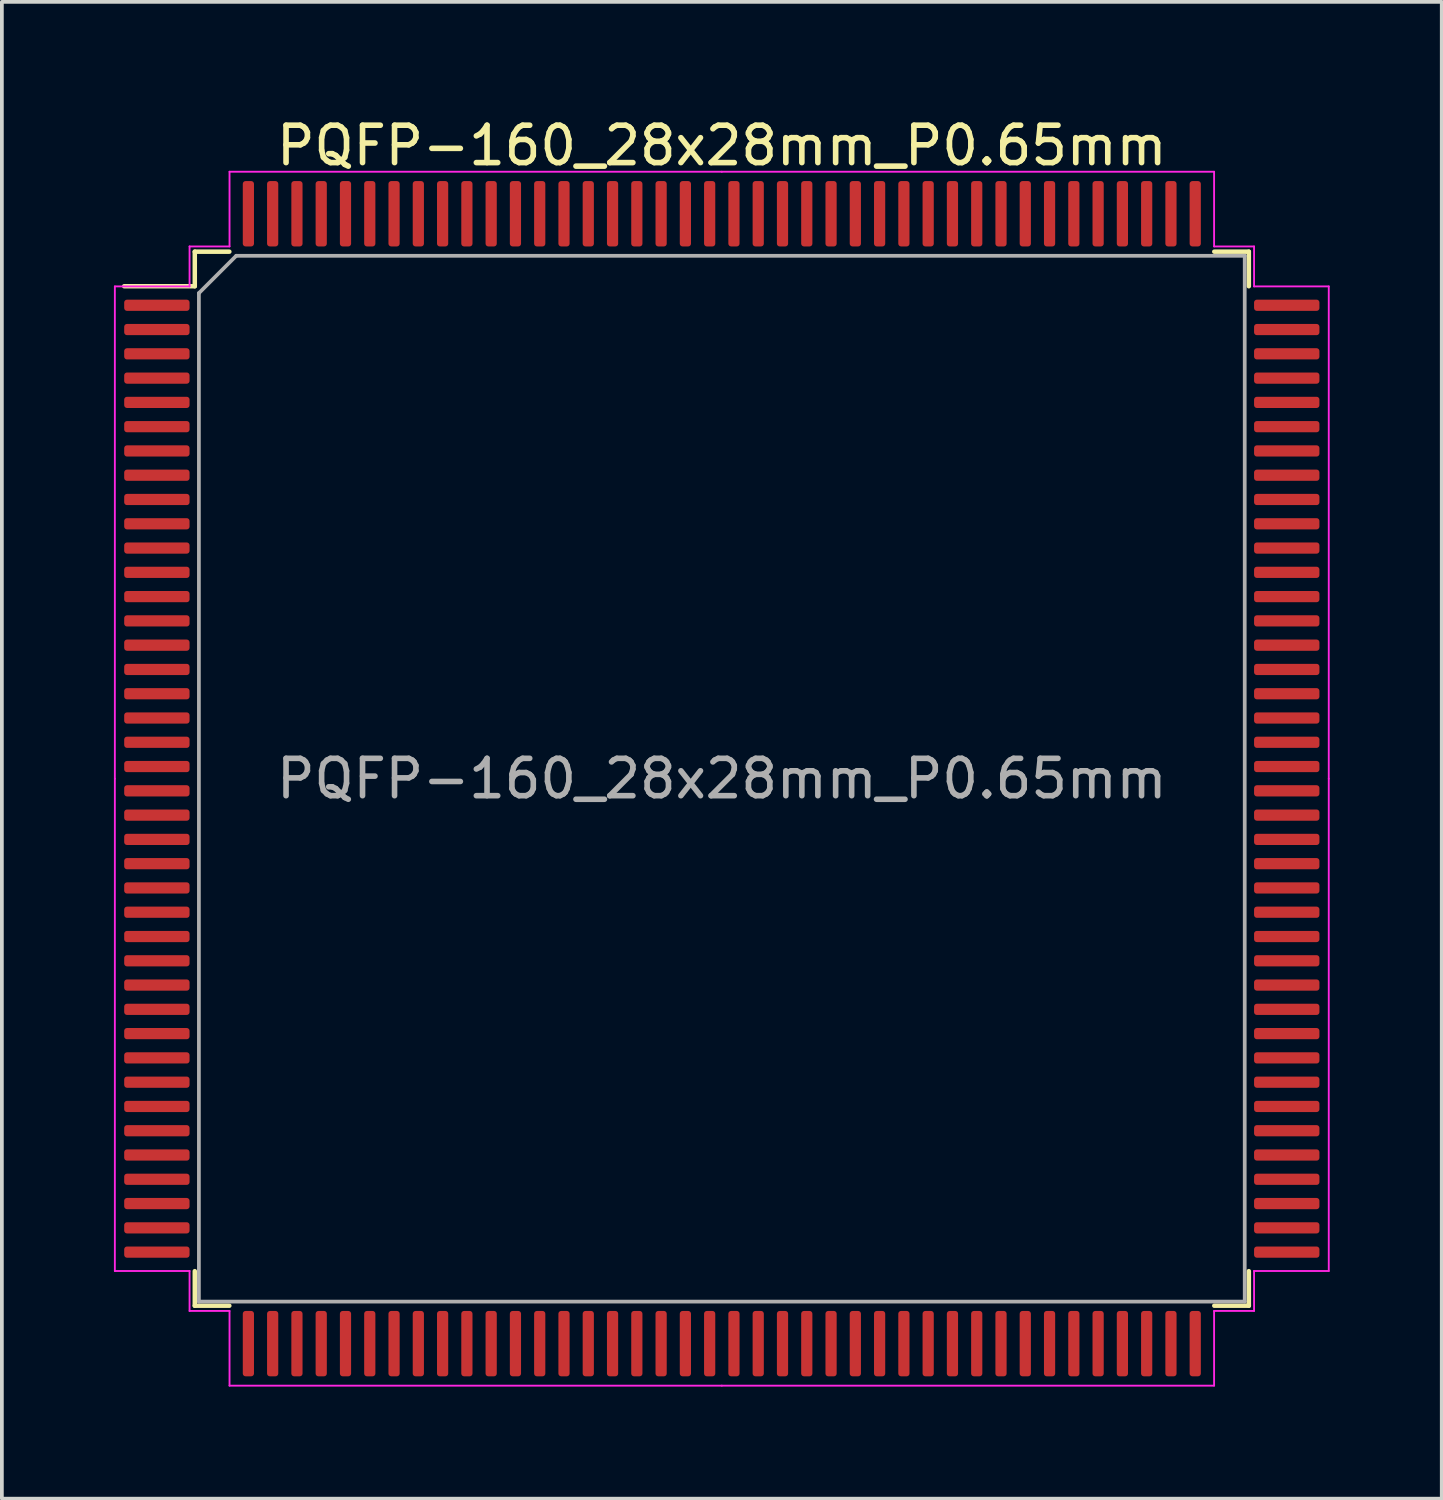
<source format=kicad_pcb>
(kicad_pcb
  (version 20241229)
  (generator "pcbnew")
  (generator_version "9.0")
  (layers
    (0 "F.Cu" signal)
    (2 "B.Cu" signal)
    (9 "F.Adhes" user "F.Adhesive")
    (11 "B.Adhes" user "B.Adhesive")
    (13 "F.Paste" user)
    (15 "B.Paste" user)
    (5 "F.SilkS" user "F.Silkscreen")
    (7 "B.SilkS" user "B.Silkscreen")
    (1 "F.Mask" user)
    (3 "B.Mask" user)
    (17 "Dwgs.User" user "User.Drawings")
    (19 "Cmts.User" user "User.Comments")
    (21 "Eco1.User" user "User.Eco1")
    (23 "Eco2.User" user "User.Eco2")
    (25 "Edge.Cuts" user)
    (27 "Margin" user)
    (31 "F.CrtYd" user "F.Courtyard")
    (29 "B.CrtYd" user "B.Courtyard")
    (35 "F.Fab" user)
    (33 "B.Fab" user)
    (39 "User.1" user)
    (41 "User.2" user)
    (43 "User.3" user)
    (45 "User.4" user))
  (footprint "PQFP-160_28x28mm_P0.65mm"
    (layer "F.Cu")
    (at 16.275 17.798)
    (property "Reference" "PQFP-160_28x28mm_P0.65mm" (at 0 -16.95 0) (layer "F.SilkS") (effects (font (size 1 1) (thickness 0.15))))
    (attr smd)
    (fp_line (start -14.11 -14.11) (end -14.11 -13.185) (stroke (width 0.12) (type solid)) (layer "F.SilkS"))
    (fp_line (start -14.11 -13.185) (end -16 -13.185) (stroke (width 0.12) (type solid)) (layer "F.SilkS"))
    (fp_line (start -14.11 14.11) (end -14.11 13.185) (stroke (width 0.12) (type solid)) (layer "F.SilkS"))
    (fp_line (start -13.185 -14.11) (end -14.11 -14.11) (stroke (width 0.12) (type solid)) (layer "F.SilkS"))
    (fp_line (start -13.185 14.11) (end -14.11 14.11) (stroke (width 0.12) (type solid)) (layer "F.SilkS"))
    (fp_line (start 13.185 -14.11) (end 14.11 -14.11) (stroke (width 0.12) (type solid)) (layer "F.SilkS"))
    (fp_line (start 13.185 14.11) (end 14.11 14.11) (stroke (width 0.12) (type solid)) (layer "F.SilkS"))
    (fp_line (start 14.11 -14.11) (end 14.11 -13.185) (stroke (width 0.12) (type solid)) (layer "F.SilkS"))
    (fp_line (start 14.11 14.11) (end 14.11 13.185) (stroke (width 0.12) (type solid)) (layer "F.SilkS"))
    (fp_line (start -16.25 -13.18) (end -16.25 0) (stroke (width 0.05) (type solid)) (layer "F.CrtYd"))
    (fp_line (start -16.25 13.18) (end -16.25 0) (stroke (width 0.05) (type solid)) (layer "F.CrtYd"))
    (fp_line (start -14.25 -14.25) (end -14.25 -13.18) (stroke (width 0.05) (type solid)) (layer "F.CrtYd"))
    (fp_line (start -14.25 -13.18) (end -16.25 -13.18) (stroke (width 0.05) (type solid)) (layer "F.CrtYd"))
    (fp_line (start -14.25 13.18) (end -16.25 13.18) (stroke (width 0.05) (type solid)) (layer "F.CrtYd"))
    (fp_line (start -14.25 14.25) (end -14.25 13.18) (stroke (width 0.05) (type solid)) (layer "F.CrtYd"))
    (fp_line (start -13.18 -16.25) (end -13.18 -14.25) (stroke (width 0.05) (type solid)) (layer "F.CrtYd"))
    (fp_line (start -13.18 -14.25) (end -14.25 -14.25) (stroke (width 0.05) (type solid)) (layer "F.CrtYd"))
    (fp_line (start -13.18 14.25) (end -14.25 14.25) (stroke (width 0.05) (type solid)) (layer "F.CrtYd"))
    (fp_line (start -13.18 16.25) (end -13.18 14.25) (stroke (width 0.05) (type solid)) (layer "F.CrtYd"))
    (fp_line (start 0 -16.25) (end -13.18 -16.25) (stroke (width 0.05) (type solid)) (layer "F.CrtYd"))
    (fp_line (start 0 -16.25) (end 13.18 -16.25) (stroke (width 0.05) (type solid)) (layer "F.CrtYd"))
    (fp_line (start 0 16.25) (end -13.18 16.25) (stroke (width 0.05) (type solid)) (layer "F.CrtYd"))
    (fp_line (start 0 16.25) (end 13.18 16.25) (stroke (width 0.05) (type solid)) (layer "F.CrtYd"))
    (fp_line (start 13.18 -16.25) (end 13.18 -14.25) (stroke (width 0.05) (type solid)) (layer "F.CrtYd"))
    (fp_line (start 13.18 -14.25) (end 14.25 -14.25) (stroke (width 0.05) (type solid)) (layer "F.CrtYd"))
    (fp_line (start 13.18 14.25) (end 14.25 14.25) (stroke (width 0.05) (type solid)) (layer "F.CrtYd"))
    (fp_line (start 13.18 16.25) (end 13.18 14.25) (stroke (width 0.05) (type solid)) (layer "F.CrtYd"))
    (fp_line (start 14.25 -14.25) (end 14.25 -13.18) (stroke (width 0.05) (type solid)) (layer "F.CrtYd"))
    (fp_line (start 14.25 -13.18) (end 16.25 -13.18) (stroke (width 0.05) (type solid)) (layer "F.CrtYd"))
    (fp_line (start 14.25 13.18) (end 16.25 13.18) (stroke (width 0.05) (type solid)) (layer "F.CrtYd"))
    (fp_line (start 14.25 14.25) (end 14.25 13.18) (stroke (width 0.05) (type solid)) (layer "F.CrtYd"))
    (fp_line (start 16.25 -13.18) (end 16.25 0) (stroke (width 0.05) (type solid)) (layer "F.CrtYd"))
    (fp_line (start 16.25 13.18) (end 16.25 0) (stroke (width 0.05) (type solid)) (layer "F.CrtYd"))
    (fp_line (start -14 -13) (end -13 -14) (stroke (width 0.1) (type solid)) (layer "F.Fab"))
    (fp_line (start -14 14) (end -14 -13) (stroke (width 0.1) (type solid)) (layer "F.Fab"))
    (fp_line (start -13 -14) (end 14 -14) (stroke (width 0.1) (type solid)) (layer "F.Fab"))
    (fp_line (start 14 -14) (end 14 14) (stroke (width 0.1) (type solid)) (layer "F.Fab"))
    (fp_line (start 14 14) (end -14 14) (stroke (width 0.1) (type solid)) (layer "F.Fab"))
    (fp_text user "${REFERENCE}" (at 0 0 0) (layer "F.Fab") (effects (font (size 1 1) (thickness 0.15))))
    (pad "1" smd roundrect (at -15.125 -12.675) (size 1.75 0.3) (layers "F.Cu" "F.Mask" "F.Paste") (roundrect_rratio 0.25))
    (pad "2" smd roundrect (at -15.125 -12.025) (size 1.75 0.3) (layers "F.Cu" "F.Mask" "F.Paste") (roundrect_rratio 0.25))
    (pad "3" smd roundrect (at -15.125 -11.375) (size 1.75 0.3) (layers "F.Cu" "F.Mask" "F.Paste") (roundrect_rratio 0.25))
    (pad "4" smd roundrect (at -15.125 -10.725) (size 1.75 0.3) (layers "F.Cu" "F.Mask" "F.Paste") (roundrect_rratio 0.25))
    (pad "5" smd roundrect (at -15.125 -10.075) (size 1.75 0.3) (layers "F.Cu" "F.Mask" "F.Paste") (roundrect_rratio 0.25))
    (pad "6" smd roundrect (at -15.125 -9.425) (size 1.75 0.3) (layers "F.Cu" "F.Mask" "F.Paste") (roundrect_rratio 0.25))
    (pad "7" smd roundrect (at -15.125 -8.775) (size 1.75 0.3) (layers "F.Cu" "F.Mask" "F.Paste") (roundrect_rratio 0.25))
    (pad "8" smd roundrect (at -15.125 -8.125) (size 1.75 0.3) (layers "F.Cu" "F.Mask" "F.Paste") (roundrect_rratio 0.25))
    (pad "9" smd roundrect (at -15.125 -7.475) (size 1.75 0.3) (layers "F.Cu" "F.Mask" "F.Paste") (roundrect_rratio 0.25))
    (pad "10" smd roundrect (at -15.125 -6.825) (size 1.75 0.3) (layers "F.Cu" "F.Mask" "F.Paste") (roundrect_rratio 0.25))
    (pad "11" smd roundrect (at -15.125 -6.175) (size 1.75 0.3) (layers "F.Cu" "F.Mask" "F.Paste") (roundrect_rratio 0.25))
    (pad "12" smd roundrect (at -15.125 -5.525) (size 1.75 0.3) (layers "F.Cu" "F.Mask" "F.Paste") (roundrect_rratio 0.25))
    (pad "13" smd roundrect (at -15.125 -4.875) (size 1.75 0.3) (layers "F.Cu" "F.Mask" "F.Paste") (roundrect_rratio 0.25))
    (pad "14" smd roundrect (at -15.125 -4.225) (size 1.75 0.3) (layers "F.Cu" "F.Mask" "F.Paste") (roundrect_rratio 0.25))
    (pad "15" smd roundrect (at -15.125 -3.575) (size 1.75 0.3) (layers "F.Cu" "F.Mask" "F.Paste") (roundrect_rratio 0.25))
    (pad "16" smd roundrect (at -15.125 -2.925) (size 1.75 0.3) (layers "F.Cu" "F.Mask" "F.Paste") (roundrect_rratio 0.25))
    (pad "17" smd roundrect (at -15.125 -2.275) (size 1.75 0.3) (layers "F.Cu" "F.Mask" "F.Paste") (roundrect_rratio 0.25))
    (pad "18" smd roundrect (at -15.125 -1.625) (size 1.75 0.3) (layers "F.Cu" "F.Mask" "F.Paste") (roundrect_rratio 0.25))
    (pad "19" smd roundrect (at -15.125 -0.975) (size 1.75 0.3) (layers "F.Cu" "F.Mask" "F.Paste") (roundrect_rratio 0.25))
    (pad "20" smd roundrect (at -15.125 -0.325) (size 1.75 0.3) (layers "F.Cu" "F.Mask" "F.Paste") (roundrect_rratio 0.25))
    (pad "21" smd roundrect (at -15.125 0.325) (size 1.75 0.3) (layers "F.Cu" "F.Mask" "F.Paste") (roundrect_rratio 0.25))
    (pad "22" smd roundrect (at -15.125 0.975) (size 1.75 0.3) (layers "F.Cu" "F.Mask" "F.Paste") (roundrect_rratio 0.25))
    (pad "23" smd roundrect (at -15.125 1.625) (size 1.75 0.3) (layers "F.Cu" "F.Mask" "F.Paste") (roundrect_rratio 0.25))
    (pad "24" smd roundrect (at -15.125 2.275) (size 1.75 0.3) (layers "F.Cu" "F.Mask" "F.Paste") (roundrect_rratio 0.25))
    (pad "25" smd roundrect (at -15.125 2.925) (size 1.75 0.3) (layers "F.Cu" "F.Mask" "F.Paste") (roundrect_rratio 0.25))
    (pad "26" smd roundrect (at -15.125 3.575) (size 1.75 0.3) (layers "F.Cu" "F.Mask" "F.Paste") (roundrect_rratio 0.25))
    (pad "27" smd roundrect (at -15.125 4.225) (size 1.75 0.3) (layers "F.Cu" "F.Mask" "F.Paste") (roundrect_rratio 0.25))
    (pad "28" smd roundrect (at -15.125 4.875) (size 1.75 0.3) (layers "F.Cu" "F.Mask" "F.Paste") (roundrect_rratio 0.25))
    (pad "29" smd roundrect (at -15.125 5.525) (size 1.75 0.3) (layers "F.Cu" "F.Mask" "F.Paste") (roundrect_rratio 0.25))
    (pad "30" smd roundrect (at -15.125 6.175) (size 1.75 0.3) (layers "F.Cu" "F.Mask" "F.Paste") (roundrect_rratio 0.25))
    (pad "31" smd roundrect (at -15.125 6.825) (size 1.75 0.3) (layers "F.Cu" "F.Mask" "F.Paste") (roundrect_rratio 0.25))
    (pad "32" smd roundrect (at -15.125 7.475) (size 1.75 0.3) (layers "F.Cu" "F.Mask" "F.Paste") (roundrect_rratio 0.25))
    (pad "33" smd roundrect (at -15.125 8.125) (size 1.75 0.3) (layers "F.Cu" "F.Mask" "F.Paste") (roundrect_rratio 0.25))
    (pad "34" smd roundrect (at -15.125 8.775) (size 1.75 0.3) (layers "F.Cu" "F.Mask" "F.Paste") (roundrect_rratio 0.25))
    (pad "35" smd roundrect (at -15.125 9.425) (size 1.75 0.3) (layers "F.Cu" "F.Mask" "F.Paste") (roundrect_rratio 0.25))
    (pad "36" smd roundrect (at -15.125 10.075) (size 1.75 0.3) (layers "F.Cu" "F.Mask" "F.Paste") (roundrect_rratio 0.25))
    (pad "37" smd roundrect (at -15.125 10.725) (size 1.75 0.3) (layers "F.Cu" "F.Mask" "F.Paste") (roundrect_rratio 0.25))
    (pad "38" smd roundrect (at -15.125 11.375) (size 1.75 0.3) (layers "F.Cu" "F.Mask" "F.Paste") (roundrect_rratio 0.25))
    (pad "39" smd roundrect (at -15.125 12.025) (size 1.75 0.3) (layers "F.Cu" "F.Mask" "F.Paste") (roundrect_rratio 0.25))
    (pad "40" smd roundrect (at -15.125 12.675) (size 1.75 0.3) (layers "F.Cu" "F.Mask" "F.Paste") (roundrect_rratio 0.25))
    (pad "41" smd roundrect (at -12.675 15.125) (size 0.3 1.75) (layers "F.Cu" "F.Mask" "F.Paste") (roundrect_rratio 0.25))
    (pad "42" smd roundrect (at -12.025 15.125) (size 0.3 1.75) (layers "F.Cu" "F.Mask" "F.Paste") (roundrect_rratio 0.25))
    (pad "43" smd roundrect (at -11.375 15.125) (size 0.3 1.75) (layers "F.Cu" "F.Mask" "F.Paste") (roundrect_rratio 0.25))
    (pad "44" smd roundrect (at -10.725 15.125) (size 0.3 1.75) (layers "F.Cu" "F.Mask" "F.Paste") (roundrect_rratio 0.25))
    (pad "45" smd roundrect (at -10.075 15.125) (size 0.3 1.75) (layers "F.Cu" "F.Mask" "F.Paste") (roundrect_rratio 0.25))
    (pad "46" smd roundrect (at -9.425 15.125) (size 0.3 1.75) (layers "F.Cu" "F.Mask" "F.Paste") (roundrect_rratio 0.25))
    (pad "47" smd roundrect (at -8.775 15.125) (size 0.3 1.75) (layers "F.Cu" "F.Mask" "F.Paste") (roundrect_rratio 0.25))
    (pad "48" smd roundrect (at -8.125 15.125) (size 0.3 1.75) (layers "F.Cu" "F.Mask" "F.Paste") (roundrect_rratio 0.25))
    (pad "49" smd roundrect (at -7.475 15.125) (size 0.3 1.75) (layers "F.Cu" "F.Mask" "F.Paste") (roundrect_rratio 0.25))
    (pad "50" smd roundrect (at -6.825 15.125) (size 0.3 1.75) (layers "F.Cu" "F.Mask" "F.Paste") (roundrect_rratio 0.25))
    (pad "51" smd roundrect (at -6.175 15.125) (size 0.3 1.75) (layers "F.Cu" "F.Mask" "F.Paste") (roundrect_rratio 0.25))
    (pad "52" smd roundrect (at -5.525 15.125) (size 0.3 1.75) (layers "F.Cu" "F.Mask" "F.Paste") (roundrect_rratio 0.25))
    (pad "53" smd roundrect (at -4.875 15.125) (size 0.3 1.75) (layers "F.Cu" "F.Mask" "F.Paste") (roundrect_rratio 0.25))
    (pad "54" smd roundrect (at -4.225 15.125) (size 0.3 1.75) (layers "F.Cu" "F.Mask" "F.Paste") (roundrect_rratio 0.25))
    (pad "55" smd roundrect (at -3.575 15.125) (size 0.3 1.75) (layers "F.Cu" "F.Mask" "F.Paste") (roundrect_rratio 0.25))
    (pad "56" smd roundrect (at -2.925 15.125) (size 0.3 1.75) (layers "F.Cu" "F.Mask" "F.Paste") (roundrect_rratio 0.25))
    (pad "57" smd roundrect (at -2.275 15.125) (size 0.3 1.75) (layers "F.Cu" "F.Mask" "F.Paste") (roundrect_rratio 0.25))
    (pad "58" smd roundrect (at -1.625 15.125) (size 0.3 1.75) (layers "F.Cu" "F.Mask" "F.Paste") (roundrect_rratio 0.25))
    (pad "59" smd roundrect (at -0.975 15.125) (size 0.3 1.75) (layers "F.Cu" "F.Mask" "F.Paste") (roundrect_rratio 0.25))
    (pad "60" smd roundrect (at -0.325 15.125) (size 0.3 1.75) (layers "F.Cu" "F.Mask" "F.Paste") (roundrect_rratio 0.25))
    (pad "61" smd roundrect (at 0.325 15.125) (size 0.3 1.75) (layers "F.Cu" "F.Mask" "F.Paste") (roundrect_rratio 0.25))
    (pad "62" smd roundrect (at 0.975 15.125) (size 0.3 1.75) (layers "F.Cu" "F.Mask" "F.Paste") (roundrect_rratio 0.25))
    (pad "63" smd roundrect (at 1.625 15.125) (size 0.3 1.75) (layers "F.Cu" "F.Mask" "F.Paste") (roundrect_rratio 0.25))
    (pad "64" smd roundrect (at 2.275 15.125) (size 0.3 1.75) (layers "F.Cu" "F.Mask" "F.Paste") (roundrect_rratio 0.25))
    (pad "65" smd roundrect (at 2.925 15.125) (size 0.3 1.75) (layers "F.Cu" "F.Mask" "F.Paste") (roundrect_rratio 0.25))
    (pad "66" smd roundrect (at 3.575 15.125) (size 0.3 1.75) (layers "F.Cu" "F.Mask" "F.Paste") (roundrect_rratio 0.25))
    (pad "67" smd roundrect (at 4.225 15.125) (size 0.3 1.75) (layers "F.Cu" "F.Mask" "F.Paste") (roundrect_rratio 0.25))
    (pad "68" smd roundrect (at 4.875 15.125) (size 0.3 1.75) (layers "F.Cu" "F.Mask" "F.Paste") (roundrect_rratio 0.25))
    (pad "69" smd roundrect (at 5.525 15.125) (size 0.3 1.75) (layers "F.Cu" "F.Mask" "F.Paste") (roundrect_rratio 0.25))
    (pad "70" smd roundrect (at 6.175 15.125) (size 0.3 1.75) (layers "F.Cu" "F.Mask" "F.Paste") (roundrect_rratio 0.25))
    (pad "71" smd roundrect (at 6.825 15.125) (size 0.3 1.75) (layers "F.Cu" "F.Mask" "F.Paste") (roundrect_rratio 0.25))
    (pad "72" smd roundrect (at 7.475 15.125) (size 0.3 1.75) (layers "F.Cu" "F.Mask" "F.Paste") (roundrect_rratio 0.25))
    (pad "73" smd roundrect (at 8.125 15.125) (size 0.3 1.75) (layers "F.Cu" "F.Mask" "F.Paste") (roundrect_rratio 0.25))
    (pad "74" smd roundrect (at 8.775 15.125) (size 0.3 1.75) (layers "F.Cu" "F.Mask" "F.Paste") (roundrect_rratio 0.25))
    (pad "75" smd roundrect (at 9.425 15.125) (size 0.3 1.75) (layers "F.Cu" "F.Mask" "F.Paste") (roundrect_rratio 0.25))
    (pad "76" smd roundrect (at 10.075 15.125) (size 0.3 1.75) (layers "F.Cu" "F.Mask" "F.Paste") (roundrect_rratio 0.25))
    (pad "77" smd roundrect (at 10.725 15.125) (size 0.3 1.75) (layers "F.Cu" "F.Mask" "F.Paste") (roundrect_rratio 0.25))
    (pad "78" smd roundrect (at 11.375 15.125) (size 0.3 1.75) (layers "F.Cu" "F.Mask" "F.Paste") (roundrect_rratio 0.25))
    (pad "79" smd roundrect (at 12.025 15.125) (size 0.3 1.75) (layers "F.Cu" "F.Mask" "F.Paste") (roundrect_rratio 0.25))
    (pad "80" smd roundrect (at 12.675 15.125) (size 0.3 1.75) (layers "F.Cu" "F.Mask" "F.Paste") (roundrect_rratio 0.25))
    (pad "81" smd roundrect (at 15.125 12.675) (size 1.75 0.3) (layers "F.Cu" "F.Mask" "F.Paste") (roundrect_rratio 0.25))
    (pad "82" smd roundrect (at 15.125 12.025) (size 1.75 0.3) (layers "F.Cu" "F.Mask" "F.Paste") (roundrect_rratio 0.25))
    (pad "83" smd roundrect (at 15.125 11.375) (size 1.75 0.3) (layers "F.Cu" "F.Mask" "F.Paste") (roundrect_rratio 0.25))
    (pad "84" smd roundrect (at 15.125 10.725) (size 1.75 0.3) (layers "F.Cu" "F.Mask" "F.Paste") (roundrect_rratio 0.25))
    (pad "85" smd roundrect (at 15.125 10.075) (size 1.75 0.3) (layers "F.Cu" "F.Mask" "F.Paste") (roundrect_rratio 0.25))
    (pad "86" smd roundrect (at 15.125 9.425) (size 1.75 0.3) (layers "F.Cu" "F.Mask" "F.Paste") (roundrect_rratio 0.25))
    (pad "87" smd roundrect (at 15.125 8.775) (size 1.75 0.3) (layers "F.Cu" "F.Mask" "F.Paste") (roundrect_rratio 0.25))
    (pad "88" smd roundrect (at 15.125 8.125) (size 1.75 0.3) (layers "F.Cu" "F.Mask" "F.Paste") (roundrect_rratio 0.25))
    (pad "89" smd roundrect (at 15.125 7.475) (size 1.75 0.3) (layers "F.Cu" "F.Mask" "F.Paste") (roundrect_rratio 0.25))
    (pad "90" smd roundrect (at 15.125 6.825) (size 1.75 0.3) (layers "F.Cu" "F.Mask" "F.Paste") (roundrect_rratio 0.25))
    (pad "91" smd roundrect (at 15.125 6.175) (size 1.75 0.3) (layers "F.Cu" "F.Mask" "F.Paste") (roundrect_rratio 0.25))
    (pad "92" smd roundrect (at 15.125 5.525) (size 1.75 0.3) (layers "F.Cu" "F.Mask" "F.Paste") (roundrect_rratio 0.25))
    (pad "93" smd roundrect (at 15.125 4.875) (size 1.75 0.3) (layers "F.Cu" "F.Mask" "F.Paste") (roundrect_rratio 0.25))
    (pad "94" smd roundrect (at 15.125 4.225) (size 1.75 0.3) (layers "F.Cu" "F.Mask" "F.Paste") (roundrect_rratio 0.25))
    (pad "95" smd roundrect (at 15.125 3.575) (size 1.75 0.3) (layers "F.Cu" "F.Mask" "F.Paste") (roundrect_rratio 0.25))
    (pad "96" smd roundrect (at 15.125 2.925) (size 1.75 0.3) (layers "F.Cu" "F.Mask" "F.Paste") (roundrect_rratio 0.25))
    (pad "97" smd roundrect (at 15.125 2.275) (size 1.75 0.3) (layers "F.Cu" "F.Mask" "F.Paste") (roundrect_rratio 0.25))
    (pad "98" smd roundrect (at 15.125 1.625) (size 1.75 0.3) (layers "F.Cu" "F.Mask" "F.Paste") (roundrect_rratio 0.25))
    (pad "99" smd roundrect (at 15.125 0.975) (size 1.75 0.3) (layers "F.Cu" "F.Mask" "F.Paste") (roundrect_rratio 0.25))
    (pad "100" smd roundrect (at 15.125 0.325) (size 1.75 0.3) (layers "F.Cu" "F.Mask" "F.Paste") (roundrect_rratio 0.25))
    (pad "101" smd roundrect (at 15.125 -0.325) (size 1.75 0.3) (layers "F.Cu" "F.Mask" "F.Paste") (roundrect_rratio 0.25))
    (pad "102" smd roundrect (at 15.125 -0.975) (size 1.75 0.3) (layers "F.Cu" "F.Mask" "F.Paste") (roundrect_rratio 0.25))
    (pad "103" smd roundrect (at 15.125 -1.625) (size 1.75 0.3) (layers "F.Cu" "F.Mask" "F.Paste") (roundrect_rratio 0.25))
    (pad "104" smd roundrect (at 15.125 -2.275) (size 1.75 0.3) (layers "F.Cu" "F.Mask" "F.Paste") (roundrect_rratio 0.25))
    (pad "105" smd roundrect (at 15.125 -2.925) (size 1.75 0.3) (layers "F.Cu" "F.Mask" "F.Paste") (roundrect_rratio 0.25))
    (pad "106" smd roundrect (at 15.125 -3.575) (size 1.75 0.3) (layers "F.Cu" "F.Mask" "F.Paste") (roundrect_rratio 0.25))
    (pad "107" smd roundrect (at 15.125 -4.225) (size 1.75 0.3) (layers "F.Cu" "F.Mask" "F.Paste") (roundrect_rratio 0.25))
    (pad "108" smd roundrect (at 15.125 -4.875) (size 1.75 0.3) (layers "F.Cu" "F.Mask" "F.Paste") (roundrect_rratio 0.25))
    (pad "109" smd roundrect (at 15.125 -5.525) (size 1.75 0.3) (layers "F.Cu" "F.Mask" "F.Paste") (roundrect_rratio 0.25))
    (pad "110" smd roundrect (at 15.125 -6.175) (size 1.75 0.3) (layers "F.Cu" "F.Mask" "F.Paste") (roundrect_rratio 0.25))
    (pad "111" smd roundrect (at 15.125 -6.825) (size 1.75 0.3) (layers "F.Cu" "F.Mask" "F.Paste") (roundrect_rratio 0.25))
    (pad "112" smd roundrect (at 15.125 -7.475) (size 1.75 0.3) (layers "F.Cu" "F.Mask" "F.Paste") (roundrect_rratio 0.25))
    (pad "113" smd roundrect (at 15.125 -8.125) (size 1.75 0.3) (layers "F.Cu" "F.Mask" "F.Paste") (roundrect_rratio 0.25))
    (pad "114" smd roundrect (at 15.125 -8.775) (size 1.75 0.3) (layers "F.Cu" "F.Mask" "F.Paste") (roundrect_rratio 0.25))
    (pad "115" smd roundrect (at 15.125 -9.425) (size 1.75 0.3) (layers "F.Cu" "F.Mask" "F.Paste") (roundrect_rratio 0.25))
    (pad "116" smd roundrect (at 15.125 -10.075) (size 1.75 0.3) (layers "F.Cu" "F.Mask" "F.Paste") (roundrect_rratio 0.25))
    (pad "117" smd roundrect (at 15.125 -10.725) (size 1.75 0.3) (layers "F.Cu" "F.Mask" "F.Paste") (roundrect_rratio 0.25))
    (pad "118" smd roundrect (at 15.125 -11.375) (size 1.75 0.3) (layers "F.Cu" "F.Mask" "F.Paste") (roundrect_rratio 0.25))
    (pad "119" smd roundrect (at 15.125 -12.025) (size 1.75 0.3) (layers "F.Cu" "F.Mask" "F.Paste") (roundrect_rratio 0.25))
    (pad "120" smd roundrect (at 15.125 -12.675) (size 1.75 0.3) (layers "F.Cu" "F.Mask" "F.Paste") (roundrect_rratio 0.25))
    (pad "121" smd roundrect (at 12.675 -15.125) (size 0.3 1.75) (layers "F.Cu" "F.Mask" "F.Paste") (roundrect_rratio 0.25))
    (pad "122" smd roundrect (at 12.025 -15.125) (size 0.3 1.75) (layers "F.Cu" "F.Mask" "F.Paste") (roundrect_rratio 0.25))
    (pad "123" smd roundrect (at 11.375 -15.125) (size 0.3 1.75) (layers "F.Cu" "F.Mask" "F.Paste") (roundrect_rratio 0.25))
    (pad "124" smd roundrect (at 10.725 -15.125) (size 0.3 1.75) (layers "F.Cu" "F.Mask" "F.Paste") (roundrect_rratio 0.25))
    (pad "125" smd roundrect (at 10.075 -15.125) (size 0.3 1.75) (layers "F.Cu" "F.Mask" "F.Paste") (roundrect_rratio 0.25))
    (pad "126" smd roundrect (at 9.425 -15.125) (size 0.3 1.75) (layers "F.Cu" "F.Mask" "F.Paste") (roundrect_rratio 0.25))
    (pad "127" smd roundrect (at 8.775 -15.125) (size 0.3 1.75) (layers "F.Cu" "F.Mask" "F.Paste") (roundrect_rratio 0.25))
    (pad "128" smd roundrect (at 8.125 -15.125) (size 0.3 1.75) (layers "F.Cu" "F.Mask" "F.Paste") (roundrect_rratio 0.25))
    (pad "129" smd roundrect (at 7.475 -15.125) (size 0.3 1.75) (layers "F.Cu" "F.Mask" "F.Paste") (roundrect_rratio 0.25))
    (pad "130" smd roundrect (at 6.825 -15.125) (size 0.3 1.75) (layers "F.Cu" "F.Mask" "F.Paste") (roundrect_rratio 0.25))
    (pad "131" smd roundrect (at 6.175 -15.125) (size 0.3 1.75) (layers "F.Cu" "F.Mask" "F.Paste") (roundrect_rratio 0.25))
    (pad "132" smd roundrect (at 5.525 -15.125) (size 0.3 1.75) (layers "F.Cu" "F.Mask" "F.Paste") (roundrect_rratio 0.25))
    (pad "133" smd roundrect (at 4.875 -15.125) (size 0.3 1.75) (layers "F.Cu" "F.Mask" "F.Paste") (roundrect_rratio 0.25))
    (pad "134" smd roundrect (at 4.225 -15.125) (size 0.3 1.75) (layers "F.Cu" "F.Mask" "F.Paste") (roundrect_rratio 0.25))
    (pad "135" smd roundrect (at 3.575 -15.125) (size 0.3 1.75) (layers "F.Cu" "F.Mask" "F.Paste") (roundrect_rratio 0.25))
    (pad "136" smd roundrect (at 2.925 -15.125) (size 0.3 1.75) (layers "F.Cu" "F.Mask" "F.Paste") (roundrect_rratio 0.25))
    (pad "137" smd roundrect (at 2.275 -15.125) (size 0.3 1.75) (layers "F.Cu" "F.Mask" "F.Paste") (roundrect_rratio 0.25))
    (pad "138" smd roundrect (at 1.625 -15.125) (size 0.3 1.75) (layers "F.Cu" "F.Mask" "F.Paste") (roundrect_rratio 0.25))
    (pad "139" smd roundrect (at 0.975 -15.125) (size 0.3 1.75) (layers "F.Cu" "F.Mask" "F.Paste") (roundrect_rratio 0.25))
    (pad "140" smd roundrect (at 0.325 -15.125) (size 0.3 1.75) (layers "F.Cu" "F.Mask" "F.Paste") (roundrect_rratio 0.25))
    (pad "141" smd roundrect (at -0.325 -15.125) (size 0.3 1.75) (layers "F.Cu" "F.Mask" "F.Paste") (roundrect_rratio 0.25))
    (pad "142" smd roundrect (at -0.975 -15.125) (size 0.3 1.75) (layers "F.Cu" "F.Mask" "F.Paste") (roundrect_rratio 0.25))
    (pad "143" smd roundrect (at -1.625 -15.125) (size 0.3 1.75) (layers "F.Cu" "F.Mask" "F.Paste") (roundrect_rratio 0.25))
    (pad "144" smd roundrect (at -2.275 -15.125) (size 0.3 1.75) (layers "F.Cu" "F.Mask" "F.Paste") (roundrect_rratio 0.25))
    (pad "145" smd roundrect (at -2.925 -15.125) (size 0.3 1.75) (layers "F.Cu" "F.Mask" "F.Paste") (roundrect_rratio 0.25))
    (pad "146" smd roundrect (at -3.575 -15.125) (size 0.3 1.75) (layers "F.Cu" "F.Mask" "F.Paste") (roundrect_rratio 0.25))
    (pad "147" smd roundrect (at -4.225 -15.125) (size 0.3 1.75) (layers "F.Cu" "F.Mask" "F.Paste") (roundrect_rratio 0.25))
    (pad "148" smd roundrect (at -4.875 -15.125) (size 0.3 1.75) (layers "F.Cu" "F.Mask" "F.Paste") (roundrect_rratio 0.25))
    (pad "149" smd roundrect (at -5.525 -15.125) (size 0.3 1.75) (layers "F.Cu" "F.Mask" "F.Paste") (roundrect_rratio 0.25))
    (pad "150" smd roundrect (at -6.175 -15.125) (size 0.3 1.75) (layers "F.Cu" "F.Mask" "F.Paste") (roundrect_rratio 0.25))
    (pad "151" smd roundrect (at -6.825 -15.125) (size 0.3 1.75) (layers "F.Cu" "F.Mask" "F.Paste") (roundrect_rratio 0.25))
    (pad "152" smd roundrect (at -7.475 -15.125) (size 0.3 1.75) (layers "F.Cu" "F.Mask" "F.Paste") (roundrect_rratio 0.25))
    (pad "153" smd roundrect (at -8.125 -15.125) (size 0.3 1.75) (layers "F.Cu" "F.Mask" "F.Paste") (roundrect_rratio 0.25))
    (pad "154" smd roundrect (at -8.775 -15.125) (size 0.3 1.75) (layers "F.Cu" "F.Mask" "F.Paste") (roundrect_rratio 0.25))
    (pad "155" smd roundrect (at -9.425 -15.125) (size 0.3 1.75) (layers "F.Cu" "F.Mask" "F.Paste") (roundrect_rratio 0.25))
    (pad "156" smd roundrect (at -10.075 -15.125) (size 0.3 1.75) (layers "F.Cu" "F.Mask" "F.Paste") (roundrect_rratio 0.25))
    (pad "157" smd roundrect (at -10.725 -15.125) (size 0.3 1.75) (layers "F.Cu" "F.Mask" "F.Paste") (roundrect_rratio 0.25))
    (pad "158" smd roundrect (at -11.375 -15.125) (size 0.3 1.75) (layers "F.Cu" "F.Mask" "F.Paste") (roundrect_rratio 0.25))
    (pad "159" smd roundrect (at -12.025 -15.125) (size 0.3 1.75) (layers "F.Cu" "F.Mask" "F.Paste") (roundrect_rratio 0.25))
    (pad "160" smd roundrect (at -12.675 -15.125) (size 0.3 1.75) (layers "F.Cu" "F.Mask" "F.Paste") (roundrect_rratio 0.25)))
  (gr_rect
    (start -3 -3)
    (end 35.55 37.073)
    (stroke (width 0.1) (type default))
    (fill no)
    (layer "Edge.Cuts")))
</source>
